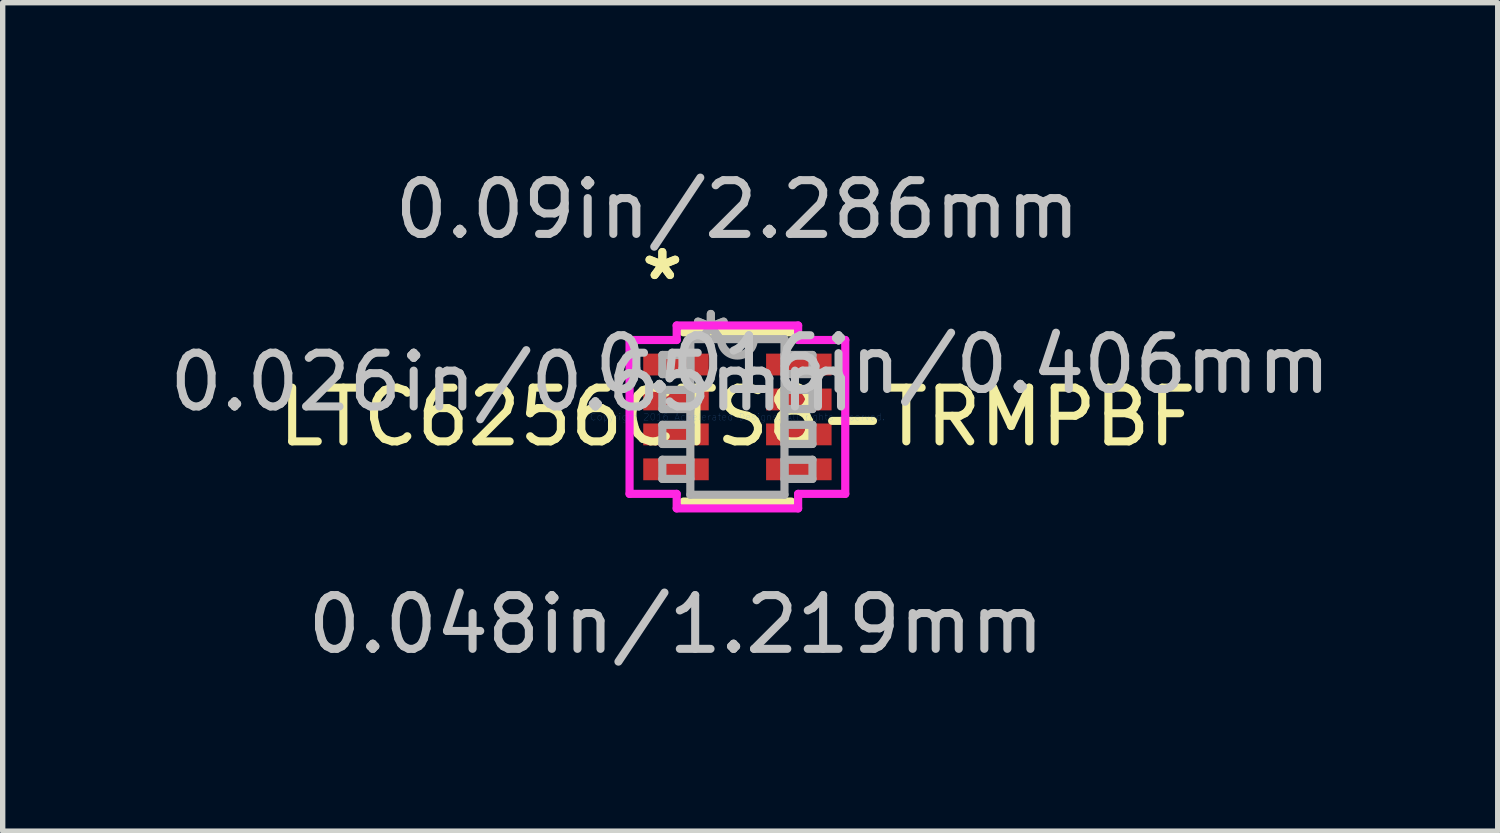
<source format=kicad_pcb>
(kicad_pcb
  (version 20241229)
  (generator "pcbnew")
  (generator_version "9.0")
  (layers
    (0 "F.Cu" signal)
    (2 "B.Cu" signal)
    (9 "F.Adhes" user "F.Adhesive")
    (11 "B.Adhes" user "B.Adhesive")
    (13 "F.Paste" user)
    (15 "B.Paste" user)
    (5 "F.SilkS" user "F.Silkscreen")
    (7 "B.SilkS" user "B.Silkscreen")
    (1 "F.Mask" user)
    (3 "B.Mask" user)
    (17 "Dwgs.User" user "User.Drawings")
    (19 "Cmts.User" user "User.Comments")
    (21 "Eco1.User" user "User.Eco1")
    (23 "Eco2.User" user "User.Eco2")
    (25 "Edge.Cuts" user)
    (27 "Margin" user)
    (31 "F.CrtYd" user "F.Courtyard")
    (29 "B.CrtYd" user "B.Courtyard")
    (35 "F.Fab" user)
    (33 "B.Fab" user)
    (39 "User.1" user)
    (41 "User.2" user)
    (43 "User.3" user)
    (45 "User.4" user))
  (footprint "LTC6256CTS8-TRMPBF"
    (layer "F.Cu")
    (at 10.673 4.709)
    (property "Reference" "LTC6256CTS8-TRMPBF" (at 0 0 0) (layer "F.SilkS") (effects (font (size 1 1) (thickness 0.15))))
    (attr through_hole)
    (fp_line (start -1.003 1.575) (end 1.003 1.575) (stroke (width 0.152) (type solid)) (layer "F.SilkS"))
    (fp_line (start 1.003 -1.575) (end -1.003 -1.575) (stroke (width 0.152) (type solid)) (layer "F.SilkS"))
    (fp_line (start -2.007 -1.432) (end -1.13 -1.432) (stroke (width 0.152) (type solid)) (layer "F.CrtYd"))
    (fp_line (start -2.007 1.432) (end -2.007 -1.432) (stroke (width 0.152) (type solid)) (layer "F.CrtYd"))
    (fp_line (start -1.13 -1.702) (end 1.13 -1.702) (stroke (width 0.152) (type solid)) (layer "F.CrtYd"))
    (fp_line (start -1.13 -1.432) (end -1.13 -1.702) (stroke (width 0.152) (type solid)) (layer "F.CrtYd"))
    (fp_line (start -1.13 1.432) (end -2.007 1.432) (stroke (width 0.152) (type solid)) (layer "F.CrtYd"))
    (fp_line (start -1.13 1.702) (end -1.13 1.432) (stroke (width 0.152) (type solid)) (layer "F.CrtYd"))
    (fp_line (start 1.13 -1.702) (end 1.13 -1.432) (stroke (width 0.152) (type solid)) (layer "F.CrtYd"))
    (fp_line (start 1.13 -1.432) (end 2.007 -1.432) (stroke (width 0.152) (type solid)) (layer "F.CrtYd"))
    (fp_line (start 1.13 1.432) (end 1.13 1.702) (stroke (width 0.152) (type solid)) (layer "F.CrtYd"))
    (fp_line (start 1.13 1.702) (end -1.13 1.702) (stroke (width 0.152) (type solid)) (layer "F.CrtYd"))
    (fp_line (start 2.007 -1.432) (end 2.007 1.432) (stroke (width 0.152) (type solid)) (layer "F.CrtYd"))
    (fp_line (start 2.007 1.432) (end 1.13 1.432) (stroke (width 0.152) (type solid)) (layer "F.CrtYd"))
    (fp_line (start -1.397 -1.153) (end -1.397 -0.797) (stroke (width 0.152) (type solid)) (layer "F.Fab"))
    (fp_line (start -1.397 -0.797) (end -0.876 -0.797) (stroke (width 0.152) (type solid)) (layer "F.Fab"))
    (fp_line (start -1.397 -0.503) (end -1.397 -0.147) (stroke (width 0.152) (type solid)) (layer "F.Fab"))
    (fp_line (start -1.397 -0.147) (end -0.876 -0.147) (stroke (width 0.152) (type solid)) (layer "F.Fab"))
    (fp_line (start -1.397 0.147) (end -1.397 0.503) (stroke (width 0.152) (type solid)) (layer "F.Fab"))
    (fp_line (start -1.397 0.503) (end -0.876 0.503) (stroke (width 0.152) (type solid)) (layer "F.Fab"))
    (fp_line (start -1.397 0.797) (end -1.397 1.153) (stroke (width 0.152) (type solid)) (layer "F.Fab"))
    (fp_line (start -1.397 1.153) (end -0.876 1.153) (stroke (width 0.152) (type solid)) (layer "F.Fab"))
    (fp_line (start -0.876 -1.448) (end -0.876 1.448) (stroke (width 0.152) (type solid)) (layer "F.Fab"))
    (fp_line (start -0.876 -1.153) (end -1.397 -1.153) (stroke (width 0.152) (type solid)) (layer "F.Fab"))
    (fp_line (start -0.876 -0.797) (end -0.876 -1.153) (stroke (width 0.152) (type solid)) (layer "F.Fab"))
    (fp_line (start -0.876 -0.503) (end -1.397 -0.503) (stroke (width 0.152) (type solid)) (layer "F.Fab"))
    (fp_line (start -0.876 -0.147) (end -0.876 -0.503) (stroke (width 0.152) (type solid)) (layer "F.Fab"))
    (fp_line (start -0.876 0.147) (end -1.397 0.147) (stroke (width 0.152) (type solid)) (layer "F.Fab"))
    (fp_line (start -0.876 0.503) (end -0.876 0.147) (stroke (width 0.152) (type solid)) (layer "F.Fab"))
    (fp_line (start -0.876 0.797) (end -1.397 0.797) (stroke (width 0.152) (type solid)) (layer "F.Fab"))
    (fp_line (start -0.876 1.153) (end -0.876 0.797) (stroke (width 0.152) (type solid)) (layer "F.Fab"))
    (fp_line (start -0.876 1.448) (end 0.876 1.448) (stroke (width 0.152) (type solid)) (layer "F.Fab"))
    (fp_line (start 0.876 -1.448) (end -0.876 -1.448) (stroke (width 0.152) (type solid)) (layer "F.Fab"))
    (fp_line (start 0.876 -1.153) (end 0.876 -0.797) (stroke (width 0.152) (type solid)) (layer "F.Fab"))
    (fp_line (start 0.876 -0.797) (end 1.397 -0.797) (stroke (width 0.152) (type solid)) (layer "F.Fab"))
    (fp_line (start 0.876 -0.503) (end 0.876 -0.147) (stroke (width 0.152) (type solid)) (layer "F.Fab"))
    (fp_line (start 0.876 -0.147) (end 1.397 -0.147) (stroke (width 0.152) (type solid)) (layer "F.Fab"))
    (fp_line (start 0.876 0.147) (end 0.876 0.503) (stroke (width 0.152) (type solid)) (layer "F.Fab"))
    (fp_line (start 0.876 0.503) (end 1.397 0.503) (stroke (width 0.152) (type solid)) (layer "F.Fab"))
    (fp_line (start 0.876 0.797) (end 0.876 1.153) (stroke (width 0.152) (type solid)) (layer "F.Fab"))
    (fp_line (start 0.876 1.153) (end 1.397 1.153) (stroke (width 0.152) (type solid)) (layer "F.Fab"))
    (fp_line (start 0.876 1.448) (end 0.876 -1.448) (stroke (width 0.152) (type solid)) (layer "F.Fab"))
    (fp_line (start 1.397 -1.153) (end 0.876 -1.153) (stroke (width 0.152) (type solid)) (layer "F.Fab"))
    (fp_line (start 1.397 -0.797) (end 1.397 -1.153) (stroke (width 0.152) (type solid)) (layer "F.Fab"))
    (fp_line (start 1.397 -0.503) (end 0.876 -0.503) (stroke (width 0.152) (type solid)) (layer "F.Fab"))
    (fp_line (start 1.397 -0.147) (end 1.397 -0.503) (stroke (width 0.152) (type solid)) (layer "F.Fab"))
    (fp_line (start 1.397 0.147) (end 0.876 0.147) (stroke (width 0.152) (type solid)) (layer "F.Fab"))
    (fp_line (start 1.397 0.503) (end 1.397 0.147) (stroke (width 0.152) (type solid)) (layer "F.Fab"))
    (fp_line (start 1.397 0.797) (end 0.876 0.797) (stroke (width 0.152) (type solid)) (layer "F.Fab"))
    (fp_line (start 1.397 1.153) (end 1.397 0.797) (stroke (width 0.152) (type solid)) (layer "F.Fab"))
    (fp_arc (start 0.3048 -1.4478) (mid 0 -1.143) (end -0.3048 -1.4478) (stroke (width 0.1524) (type solid)) (layer "F.Fab"))
    (fp_text user "*" (at -1.397 -2.524 0) (layer "F.SilkS") (effects (font (size 1 1) (thickness 0.15))))
    (fp_text user "*" (at -1.397 -2.524 0) (layer "F.SilkS") (effects (font (size 1 1) (thickness 0.15))))
    (fp_text user "0.048in/1.219mm" (at -1.143 3.861 0) (layer "Dwgs.User") (effects (font (size 1 1) (thickness 0.15))))
    (fp_text user "0.026in/0.65mm" (at -4.191 -0.65 0) (layer "Dwgs.User") (effects (font (size 1 1) (thickness 0.15))))
    (fp_text user "0.09in/2.286mm" (at 0 -3.861 0) (layer "Dwgs.User") (effects (font (size 1 1) (thickness 0.15))))
    (fp_text user "0.016in/0.406mm" (at 4.191 -0.975 0) (layer "Dwgs.User") (effects (font (size 1 1) (thickness 0.15))))
    (fp_text user "Copyright 2016 Accelerated Designs. All rights reserved." (at 0 0 0) (layer "Cmts.User") (effects (font (size 0.127 0.127) (thickness 0.002))))
    (fp_text user "*" (at -0.495 -1.372 0) (layer "F.Fab") (effects (font (size 1 1) (thickness 0.15))))
    (fp_text user "*" (at -0.495 -1.372 0) (layer "F.Fab") (effects (font (size 1 1) (thickness 0.15))))
    (pad "1" smd rect (at -1.143 -0.975) (size 1.219 0.406) (layers "F.Cu" "F.Mask" "F.Paste"))
    (pad "2" smd rect (at -1.143 -0.325) (size 1.219 0.406) (layers "F.Cu" "F.Mask" "F.Paste"))
    (pad "3" smd rect (at -1.143 0.325) (size 1.219 0.406) (layers "F.Cu" "F.Mask" "F.Paste"))
    (pad "4" smd rect (at -1.143 0.975) (size 1.219 0.406) (layers "F.Cu" "F.Mask" "F.Paste"))
    (pad "5" smd rect (at 1.143 0.975) (size 1.219 0.406) (layers "F.Cu" "F.Mask" "F.Paste"))
    (pad "6" smd rect (at 1.143 0.325) (size 1.219 0.406) (layers "F.Cu" "F.Mask" "F.Paste"))
    (pad "7" smd rect (at 1.143 -0.325) (size 1.219 0.406) (layers "F.Cu" "F.Mask" "F.Paste"))
    (pad "8" smd rect (at 1.143 -0.975) (size 1.219 0.406) (layers "F.Cu" "F.Mask" "F.Paste")))
  (gr_rect
    (start -3 -3)
    (end 24.822 12.418)
    (stroke (width 0.1) (type default))
    (fill no)
    (layer "Edge.Cuts")))
</source>
